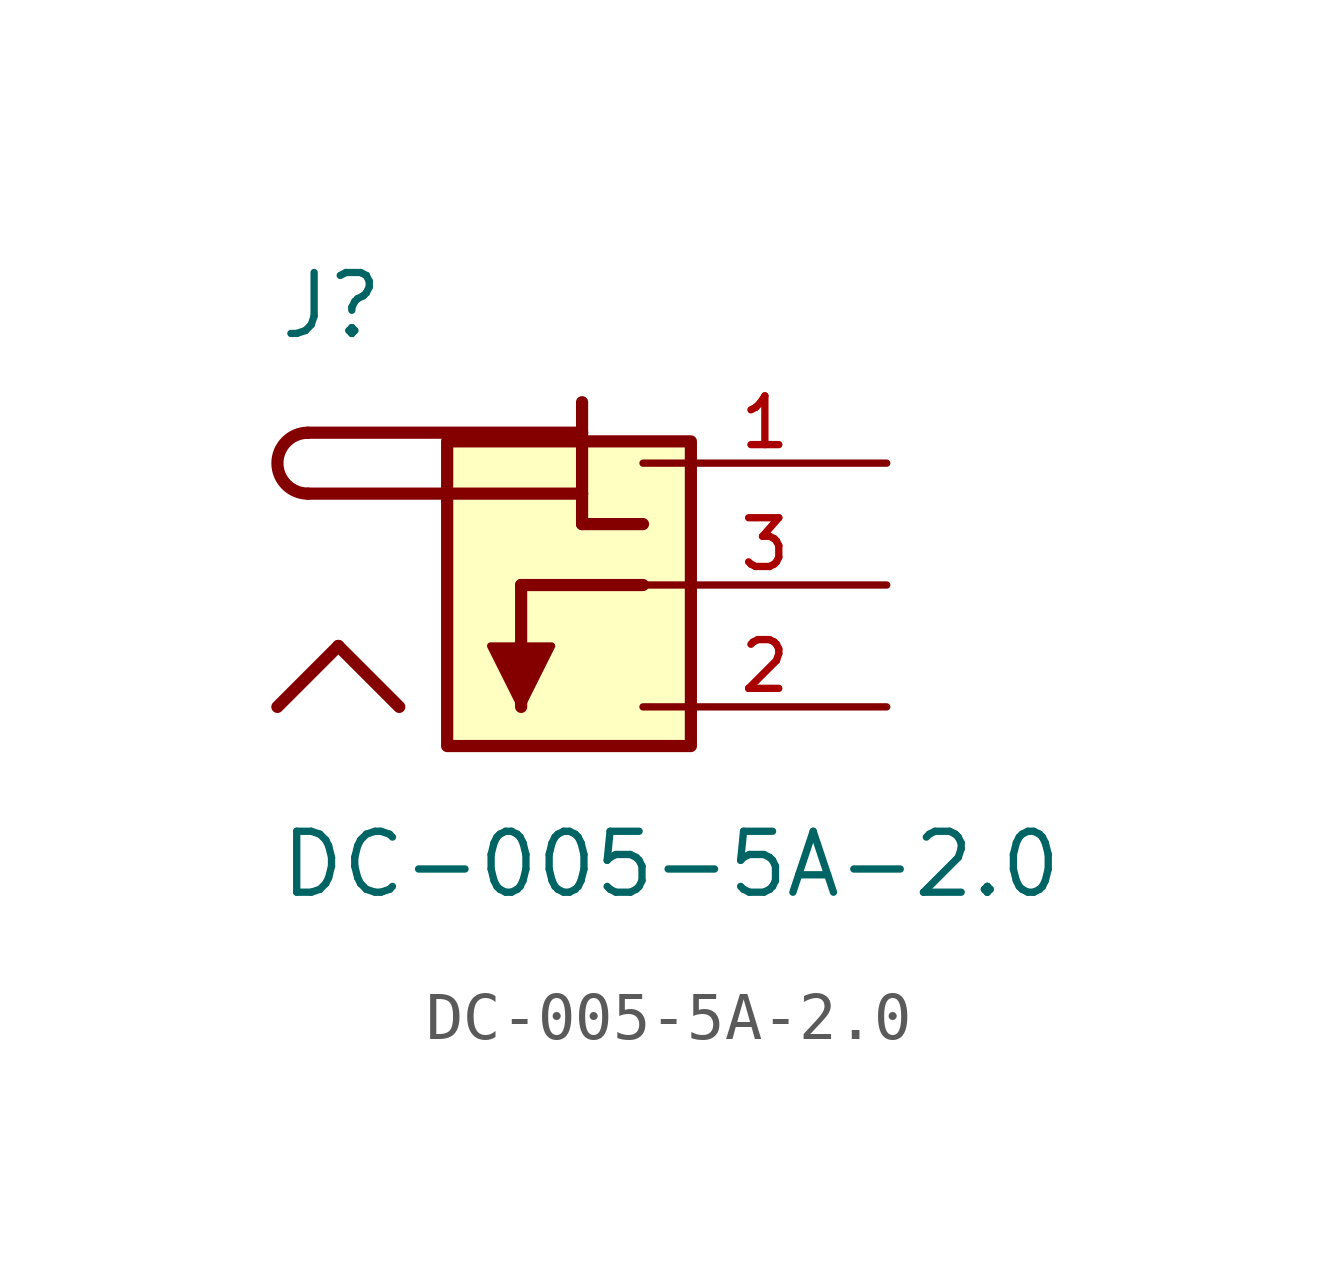
<source format=kicad_sym>
(kicad_symbol_lib
  (version 20211014)
  (generator kicad_symbol_editor)
  (symbol "DC-005-5A-2.0"
    (pin_names
      (offset 1.016))
    (property "Reference" "J"
      (at -5.08 5.08 0)
      (effects (font (size 1.27 1.27)) (justify bottom left)))
    (property "Value" "DC-005-5A-2.0"
      (at -5.08 -5.08 0)
      (effects (font (size 1.27 1.27)) (justify top left)))
    (symbol "DC-005-5A-2.0_0_0"
      (polyline (pts (xy -2.54 -2.54) (xy -3.81 -1.27)) (stroke (width 0.254)))
      (polyline (pts (xy -3.81 -1.27) (xy -5.08 -2.54)) (stroke (width 0.254)))
      (polyline (pts (xy 2.54 0.0) (xy 0.0 0.0)) (stroke (width 0.254)))
      (polyline (pts (xy 0.0 0.0) (xy 0.0 -2.54)) (stroke (width 0.254)))
      (arc (start -4.445 3.175) (mid -5.08 2.54) (end -4.445 1.905) (stroke (width 0.254) (type default) (color 0 0 0 0)) (fill (type none)))
      (polyline (pts (xy 1.27 3.81) (xy 1.27 3.175)) (stroke (width 0.254)))
      (polyline (pts (xy 1.27 3.175) (xy 1.27 1.905)) (stroke (width 0.254)))
      (polyline (pts (xy 1.27 1.905) (xy 1.27 1.27)) (stroke (width 0.254)))
      (polyline (pts (xy 1.27 1.27) (xy 2.54 1.27)) (stroke (width 0.254)))
      (polyline (pts (xy -4.445 1.905) (xy 1.27 1.905)) (stroke (width 0.254)))
      (polyline (pts (xy -4.445 3.175) (xy 1.27 3.175)) (stroke (width 0.254)))
      (polyline (pts (xy -0.635 -1.27) (xy 0.635 -1.27) (xy 0.0 -2.54) (xy -0.635 -1.27)) (stroke (width 0.152)) (fill (type outline)))
      (rectangle (start -1.542 -3.356) (end 3.538 2.994) (stroke (width 0.254)) (fill (type background)))
      (pin passive line (at 7.62 2.54 180.0) (length 5.08) (name "~" (effects (font (size 1.016 1.016)))) (number "1" (effects (font (size 1.016 1.016)))))
      (pin passive line (at 7.62 0.0 180.0) (length 5.08) (name "~" (effects (font (size 1.016 1.016)))) (number "3" (effects (font (size 1.016 1.016)))))
      (pin passive line (at 7.62 -2.54 180.0) (length 5.08) (name "~" (effects (font (size 1.016 1.016)))) (number "2" (effects (font (size 1.016 1.016))))))))
</source>
